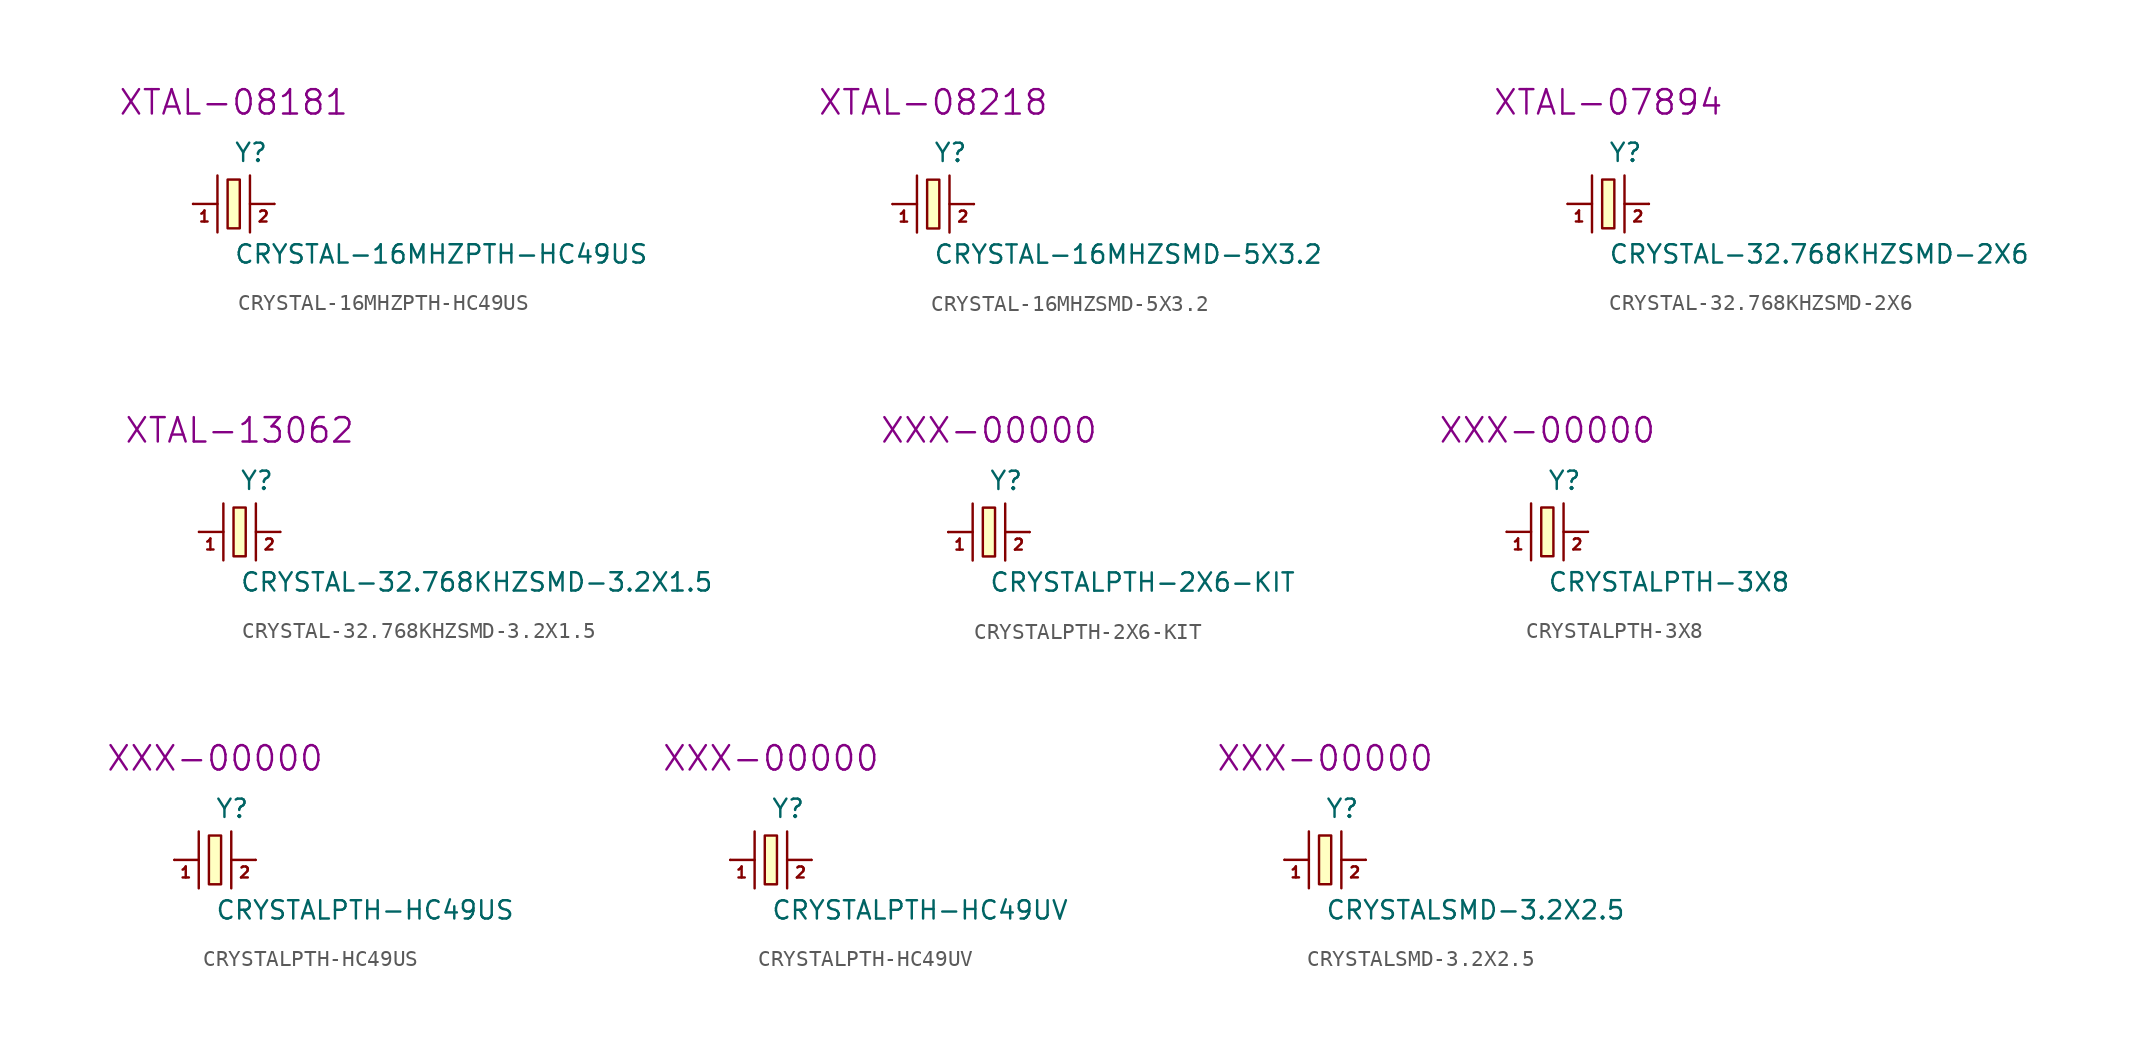
<source format=kicad_sym>
(kicad_symbol_lib
  (version 20211014)
  (generator kicad_symbol_editor)
  (symbol "CRYSTAL-16MHZPTH-HC49US"
    (pin_numbers hide)
    (pin_names
      (offset 1.016) hide)
    (property "Reference" "Y"
      (at 0 2.54 0)
      (effects (font (size 1.143 1.143)) (justify left bottom)))
    (property "Value" "CRYSTAL-16MHZPTH-HC49US"
      (at 0 -3.81 0)
      (effects (font (size 1.143 1.143)) (justify left bottom)))
    (property "Field4" "XTAL-08181"
      (at 0 6.35 0)
      (effects (font (size 1.524 1.524))))
    (property "ki_locked" ""
      (at 0 0 0)
      (effects (font (size 1.27 1.27))))
    (symbol "CRYSTAL-16MHZPTH-HC49US_1_0"
      (polyline (pts (xy -2.54 0) (xy -1.016 0)) (stroke (width 0) (type default) (color 0 0 0 0)) (fill (type none)))
      (polyline (pts (xy -1.016 1.778) (xy -1.016 -1.778)) (stroke (width 0) (type default) (color 0 0 0 0)) (fill (type none)))
      (polyline (pts (xy 1.016 0) (xy 2.54 0)) (stroke (width 0) (type default) (color 0 0 0 0)) (fill (type none)))
      (polyline (pts (xy 1.016 1.778) (xy 1.016 -1.778)) (stroke (width 0) (type default) (color 0 0 0 0)) (fill (type none)))
      (text "1" (at -1.829 -0.787 0) (effects (font (size 0.686 0.686))))
      (text "2" (at 1.854 -0.787 0) (effects (font (size 0.686 0.686)))))
    (symbol "CRYSTAL-16MHZPTH-HC49US_1_1"
      (polyline (pts (xy -0.381 1.524) (xy -0.381 -1.524) (xy 0.381 -1.524) (xy 0.381 1.524) (xy -0.381 1.524)) (stroke (width 0) (type default) (color 0 0 0 0)) (fill (type background)))
      (pin passive line (at -2.54 0 0) (length 0) (name "1" (effects (font (size 1.016 1.016)))) (number "1" (effects (font (size 1.016 1.016)))))
      (pin passive line (at 2.54 0 180) (length 0) (name "2" (effects (font (size 1.016 1.016)))) (number "2" (effects (font (size 1.016 1.016)))))))
  (symbol "CRYSTAL-16MHZSMD-5X3.2"
    (pin_numbers hide)
    (pin_names
      (offset 1.016) hide)
    (property "Reference" "Y"
      (at 0 2.54 0)
      (effects (font (size 1.143 1.143)) (justify left bottom)))
    (property "Value" "CRYSTAL-16MHZSMD-5X3.2"
      (at 0 -3.81 0)
      (effects (font (size 1.143 1.143)) (justify left bottom)))
    (property "Field4" "XTAL-08218"
      (at 0 6.35 0)
      (effects (font (size 1.524 1.524))))
    (property "ki_locked" ""
      (at 0 0 0)
      (effects (font (size 1.27 1.27))))
    (symbol "CRYSTAL-16MHZSMD-5X3.2_1_0"
      (polyline (pts (xy -2.54 0) (xy -1.016 0)) (stroke (width 0) (type default) (color 0 0 0 0)) (fill (type none)))
      (polyline (pts (xy -1.016 1.778) (xy -1.016 -1.778)) (stroke (width 0) (type default) (color 0 0 0 0)) (fill (type none)))
      (polyline (pts (xy 1.016 0) (xy 2.54 0)) (stroke (width 0) (type default) (color 0 0 0 0)) (fill (type none)))
      (polyline (pts (xy 1.016 1.778) (xy 1.016 -1.778)) (stroke (width 0) (type default) (color 0 0 0 0)) (fill (type none)))
      (text "1" (at -1.829 -0.787 0) (effects (font (size 0.686 0.686))))
      (text "2" (at 1.854 -0.787 0) (effects (font (size 0.686 0.686)))))
    (symbol "CRYSTAL-16MHZSMD-5X3.2_1_1"
      (polyline (pts (xy -0.381 1.524) (xy -0.381 -1.524) (xy 0.381 -1.524) (xy 0.381 1.524) (xy -0.381 1.524)) (stroke (width 0) (type default) (color 0 0 0 0)) (fill (type background)))
      (pin passive line (at -2.54 0 0) (length 0) (name "1" (effects (font (size 1.016 1.016)))) (number "1" (effects (font (size 1.016 1.016)))))
      (pin passive line (at 2.54 0 180) (length 0) (name "2" (effects (font (size 1.016 1.016)))) (number "3" (effects (font (size 1.016 1.016)))))))
  (symbol "CRYSTAL-32.768KHZSMD-2X6"
    (pin_numbers hide)
    (pin_names
      (offset 1.016) hide)
    (property "Reference" "Y"
      (at 0 2.54 0)
      (effects (font (size 1.143 1.143)) (justify left bottom)))
    (property "Value" "CRYSTAL-32.768KHZSMD-2X6"
      (at 0 -3.81 0)
      (effects (font (size 1.143 1.143)) (justify left bottom)))
    (property "Field4" "XTAL-07894"
      (at 0 6.35 0)
      (effects (font (size 1.524 1.524))))
    (property "ki_locked" ""
      (at 0 0 0)
      (effects (font (size 1.27 1.27))))
    (symbol "CRYSTAL-32.768KHZSMD-2X6_1_0"
      (polyline (pts (xy -2.54 0) (xy -1.016 0)) (stroke (width 0) (type default) (color 0 0 0 0)) (fill (type none)))
      (polyline (pts (xy -1.016 1.778) (xy -1.016 -1.778)) (stroke (width 0) (type default) (color 0 0 0 0)) (fill (type none)))
      (polyline (pts (xy 1.016 0) (xy 2.54 0)) (stroke (width 0) (type default) (color 0 0 0 0)) (fill (type none)))
      (polyline (pts (xy 1.016 1.778) (xy 1.016 -1.778)) (stroke (width 0) (type default) (color 0 0 0 0)) (fill (type none)))
      (text "1" (at -1.829 -0.787 0) (effects (font (size 0.686 0.686))))
      (text "2" (at 1.854 -0.787 0) (effects (font (size 0.686 0.686)))))
    (symbol "CRYSTAL-32.768KHZSMD-2X6_1_1"
      (polyline (pts (xy -0.381 1.524) (xy -0.381 -1.524) (xy 0.381 -1.524) (xy 0.381 1.524) (xy -0.381 1.524)) (stroke (width 0) (type default) (color 0 0 0 0)) (fill (type background)))
      (pin passive line (at -2.54 0 0) (length 0) (name "1" (effects (font (size 1.016 1.016)))) (number "X1" (effects (font (size 1.016 1.016)))))
      (pin passive line (at 2.54 0 180) (length 0) (name "2" (effects (font (size 1.016 1.016)))) (number "X2" (effects (font (size 1.016 1.016)))))))
  (symbol "CRYSTAL-32.768KHZSMD-3.2X1.5"
    (pin_numbers hide)
    (pin_names
      (offset 1.016) hide)
    (property "Reference" "Y"
      (at 0 2.54 0)
      (effects (font (size 1.143 1.143)) (justify left bottom)))
    (property "Value" "CRYSTAL-32.768KHZSMD-3.2X1.5"
      (at 0 -3.81 0)
      (effects (font (size 1.143 1.143)) (justify left bottom)))
    (property "Field4" "XTAL-13062"
      (at 0 6.35 0)
      (effects (font (size 1.524 1.524))))
    (property "ki_locked" ""
      (at 0 0 0)
      (effects (font (size 1.27 1.27))))
    (symbol "CRYSTAL-32.768KHZSMD-3.2X1.5_1_0"
      (polyline (pts (xy -2.54 0) (xy -1.016 0)) (stroke (width 0) (type default) (color 0 0 0 0)) (fill (type none)))
      (polyline (pts (xy -1.016 1.778) (xy -1.016 -1.778)) (stroke (width 0) (type default) (color 0 0 0 0)) (fill (type none)))
      (polyline (pts (xy 1.016 0) (xy 2.54 0)) (stroke (width 0) (type default) (color 0 0 0 0)) (fill (type none)))
      (polyline (pts (xy 1.016 1.778) (xy 1.016 -1.778)) (stroke (width 0) (type default) (color 0 0 0 0)) (fill (type none)))
      (text "1" (at -1.829 -0.787 0) (effects (font (size 0.686 0.686))))
      (text "2" (at 1.854 -0.787 0) (effects (font (size 0.686 0.686)))))
    (symbol "CRYSTAL-32.768KHZSMD-3.2X1.5_1_1"
      (polyline (pts (xy -0.381 1.524) (xy -0.381 -1.524) (xy 0.381 -1.524) (xy 0.381 1.524) (xy -0.381 1.524)) (stroke (width 0) (type default) (color 0 0 0 0)) (fill (type background)))
      (pin passive line (at -2.54 0 0) (length 0) (name "1" (effects (font (size 1.016 1.016)))) (number "P$1" (effects (font (size 1.016 1.016)))))
      (pin passive line (at 2.54 0 180) (length 0) (name "2" (effects (font (size 1.016 1.016)))) (number "P$2" (effects (font (size 1.016 1.016)))))))
  (symbol "CRYSTALPTH-2X6-KIT"
    (pin_numbers hide)
    (pin_names
      (offset 1.016) hide)
    (property "Reference" "Y"
      (at 0 2.54 0)
      (effects (font (size 1.143 1.143)) (justify left bottom)))
    (property "Value" "CRYSTALPTH-2X6-KIT"
      (at 0 -3.81 0)
      (effects (font (size 1.143 1.143)) (justify left bottom)))
    (property "Field4" "XXX-00000"
      (at 0 6.35 0)
      (effects (font (size 1.524 1.524))))
    (property "ki_locked" ""
      (at 0 0 0)
      (effects (font (size 1.27 1.27))))
    (symbol "CRYSTALPTH-2X6-KIT_1_0"
      (polyline (pts (xy -2.54 0) (xy -1.016 0)) (stroke (width 0) (type default) (color 0 0 0 0)) (fill (type none)))
      (polyline (pts (xy -1.016 1.778) (xy -1.016 -1.778)) (stroke (width 0) (type default) (color 0 0 0 0)) (fill (type none)))
      (polyline (pts (xy 1.016 0) (xy 2.54 0)) (stroke (width 0) (type default) (color 0 0 0 0)) (fill (type none)))
      (polyline (pts (xy 1.016 1.778) (xy 1.016 -1.778)) (stroke (width 0) (type default) (color 0 0 0 0)) (fill (type none)))
      (text "1" (at -1.829 -0.787 0) (effects (font (size 0.686 0.686))))
      (text "2" (at 1.854 -0.787 0) (effects (font (size 0.686 0.686)))))
    (symbol "CRYSTALPTH-2X6-KIT_1_1"
      (polyline (pts (xy -0.381 1.524) (xy -0.381 -1.524) (xy 0.381 -1.524) (xy 0.381 1.524) (xy -0.381 1.524)) (stroke (width 0) (type default) (color 0 0 0 0)) (fill (type background)))
      (pin passive line (at -2.54 0 0) (length 0) (name "1" (effects (font (size 1.016 1.016)))) (number "1" (effects (font (size 1.016 1.016)))))
      (pin passive line (at 2.54 0 180) (length 0) (name "2" (effects (font (size 1.016 1.016)))) (number "2" (effects (font (size 1.016 1.016)))))))
  (symbol "CRYSTALPTH-3X8"
    (pin_numbers hide)
    (pin_names
      (offset 1.016) hide)
    (property "Reference" "Y"
      (at 0 2.54 0)
      (effects (font (size 1.143 1.143)) (justify left bottom)))
    (property "Value" "CRYSTALPTH-3X8"
      (at 0 -3.81 0)
      (effects (font (size 1.143 1.143)) (justify left bottom)))
    (property "Field4" "XXX-00000"
      (at 0 6.35 0)
      (effects (font (size 1.524 1.524))))
    (property "ki_locked" ""
      (at 0 0 0)
      (effects (font (size 1.27 1.27))))
    (symbol "CRYSTALPTH-3X8_1_0"
      (polyline (pts (xy -2.54 0) (xy -1.016 0)) (stroke (width 0) (type default) (color 0 0 0 0)) (fill (type none)))
      (polyline (pts (xy -1.016 1.778) (xy -1.016 -1.778)) (stroke (width 0) (type default) (color 0 0 0 0)) (fill (type none)))
      (polyline (pts (xy 1.016 0) (xy 2.54 0)) (stroke (width 0) (type default) (color 0 0 0 0)) (fill (type none)))
      (polyline (pts (xy 1.016 1.778) (xy 1.016 -1.778)) (stroke (width 0) (type default) (color 0 0 0 0)) (fill (type none)))
      (text "1" (at -1.829 -0.787 0) (effects (font (size 0.686 0.686))))
      (text "2" (at 1.854 -0.787 0) (effects (font (size 0.686 0.686)))))
    (symbol "CRYSTALPTH-3X8_1_1"
      (polyline (pts (xy -0.381 1.524) (xy -0.381 -1.524) (xy 0.381 -1.524) (xy 0.381 1.524) (xy -0.381 1.524)) (stroke (width 0) (type default) (color 0 0 0 0)) (fill (type background)))
      (pin passive line (at -2.54 0 0) (length 0) (name "1" (effects (font (size 1.016 1.016)))) (number "1" (effects (font (size 1.016 1.016)))))
      (pin passive line (at 2.54 0 180) (length 0) (name "2" (effects (font (size 1.016 1.016)))) (number "2" (effects (font (size 1.016 1.016)))))))
  (symbol "CRYSTALPTH-HC49US"
    (pin_numbers hide)
    (pin_names
      (offset 1.016) hide)
    (property "Reference" "Y"
      (at 0 2.54 0)
      (effects (font (size 1.143 1.143)) (justify left bottom)))
    (property "Value" "CRYSTALPTH-HC49US"
      (at 0 -3.81 0)
      (effects (font (size 1.143 1.143)) (justify left bottom)))
    (property "Field4" "XXX-00000"
      (at 0 6.35 0)
      (effects (font (size 1.524 1.524))))
    (property "ki_locked" ""
      (at 0 0 0)
      (effects (font (size 1.27 1.27))))
    (symbol "CRYSTALPTH-HC49US_1_0"
      (polyline (pts (xy -2.54 0) (xy -1.016 0)) (stroke (width 0) (type default) (color 0 0 0 0)) (fill (type none)))
      (polyline (pts (xy -1.016 1.778) (xy -1.016 -1.778)) (stroke (width 0) (type default) (color 0 0 0 0)) (fill (type none)))
      (polyline (pts (xy 1.016 0) (xy 2.54 0)) (stroke (width 0) (type default) (color 0 0 0 0)) (fill (type none)))
      (polyline (pts (xy 1.016 1.778) (xy 1.016 -1.778)) (stroke (width 0) (type default) (color 0 0 0 0)) (fill (type none)))
      (text "1" (at -1.829 -0.787 0) (effects (font (size 0.686 0.686))))
      (text "2" (at 1.854 -0.787 0) (effects (font (size 0.686 0.686)))))
    (symbol "CRYSTALPTH-HC49US_1_1"
      (polyline (pts (xy -0.381 1.524) (xy -0.381 -1.524) (xy 0.381 -1.524) (xy 0.381 1.524) (xy -0.381 1.524)) (stroke (width 0) (type default) (color 0 0 0 0)) (fill (type background)))
      (pin passive line (at -2.54 0 0) (length 0) (name "1" (effects (font (size 1.016 1.016)))) (number "1" (effects (font (size 1.016 1.016)))))
      (pin passive line (at 2.54 0 180) (length 0) (name "2" (effects (font (size 1.016 1.016)))) (number "2" (effects (font (size 1.016 1.016)))))))
  (symbol "CRYSTALPTH-HC49UV"
    (pin_numbers hide)
    (pin_names
      (offset 1.016) hide)
    (property "Reference" "Y"
      (at 0 2.54 0)
      (effects (font (size 1.143 1.143)) (justify left bottom)))
    (property "Value" "CRYSTALPTH-HC49UV"
      (at 0 -3.81 0)
      (effects (font (size 1.143 1.143)) (justify left bottom)))
    (property "Field4" "XXX-00000"
      (at 0 6.35 0)
      (effects (font (size 1.524 1.524))))
    (property "ki_locked" ""
      (at 0 0 0)
      (effects (font (size 1.27 1.27))))
    (symbol "CRYSTALPTH-HC49UV_1_0"
      (polyline (pts (xy -2.54 0) (xy -1.016 0)) (stroke (width 0) (type default) (color 0 0 0 0)) (fill (type none)))
      (polyline (pts (xy -1.016 1.778) (xy -1.016 -1.778)) (stroke (width 0) (type default) (color 0 0 0 0)) (fill (type none)))
      (polyline (pts (xy 1.016 0) (xy 2.54 0)) (stroke (width 0) (type default) (color 0 0 0 0)) (fill (type none)))
      (polyline (pts (xy 1.016 1.778) (xy 1.016 -1.778)) (stroke (width 0) (type default) (color 0 0 0 0)) (fill (type none)))
      (text "1" (at -1.829 -0.787 0) (effects (font (size 0.686 0.686))))
      (text "2" (at 1.854 -0.787 0) (effects (font (size 0.686 0.686)))))
    (symbol "CRYSTALPTH-HC49UV_1_1"
      (polyline (pts (xy -0.381 1.524) (xy -0.381 -1.524) (xy 0.381 -1.524) (xy 0.381 1.524) (xy -0.381 1.524)) (stroke (width 0) (type default) (color 0 0 0 0)) (fill (type background)))
      (pin passive line (at -2.54 0 0) (length 0) (name "1" (effects (font (size 1.016 1.016)))) (number "1" (effects (font (size 1.016 1.016)))))
      (pin passive line (at 2.54 0 180) (length 0) (name "2" (effects (font (size 1.016 1.016)))) (number "2" (effects (font (size 1.016 1.016)))))))
  (symbol "CRYSTALSMD-3.2X2.5"
    (pin_numbers hide)
    (pin_names
      (offset 1.016) hide)
    (property "Reference" "Y"
      (at 0 2.54 0)
      (effects (font (size 1.143 1.143)) (justify left bottom)))
    (property "Value" "CRYSTALSMD-3.2X2.5"
      (at 0 -3.81 0)
      (effects (font (size 1.143 1.143)) (justify left bottom)))
    (property "Field4" "XXX-00000"
      (at 0 6.35 0)
      (effects (font (size 1.524 1.524))))
    (property "ki_locked" ""
      (at 0 0 0)
      (effects (font (size 1.27 1.27))))
    (symbol "CRYSTALSMD-3.2X2.5_1_0"
      (polyline (pts (xy -2.54 0) (xy -1.016 0)) (stroke (width 0) (type default) (color 0 0 0 0)) (fill (type none)))
      (polyline (pts (xy -1.016 1.778) (xy -1.016 -1.778)) (stroke (width 0) (type default) (color 0 0 0 0)) (fill (type none)))
      (polyline (pts (xy 1.016 0) (xy 2.54 0)) (stroke (width 0) (type default) (color 0 0 0 0)) (fill (type none)))
      (polyline (pts (xy 1.016 1.778) (xy 1.016 -1.778)) (stroke (width 0) (type default) (color 0 0 0 0)) (fill (type none)))
      (text "1" (at -1.829 -0.787 0) (effects (font (size 0.686 0.686))))
      (text "2" (at 1.854 -0.787 0) (effects (font (size 0.686 0.686)))))
    (symbol "CRYSTALSMD-3.2X2.5_1_1"
      (polyline (pts (xy -0.381 1.524) (xy -0.381 -1.524) (xy 0.381 -1.524) (xy 0.381 1.524) (xy -0.381 1.524)) (stroke (width 0) (type default) (color 0 0 0 0)) (fill (type background)))
      (pin passive line (at -2.54 0 0) (length 0) (name "1" (effects (font (size 1.016 1.016)))) (number "1" (effects (font (size 1.016 1.016)))))
      (pin passive line (at 2.54 0 180) (length 0) (name "2" (effects (font (size 1.016 1.016)))) (number "3" (effects (font (size 1.016 1.016))))))))
</source>
